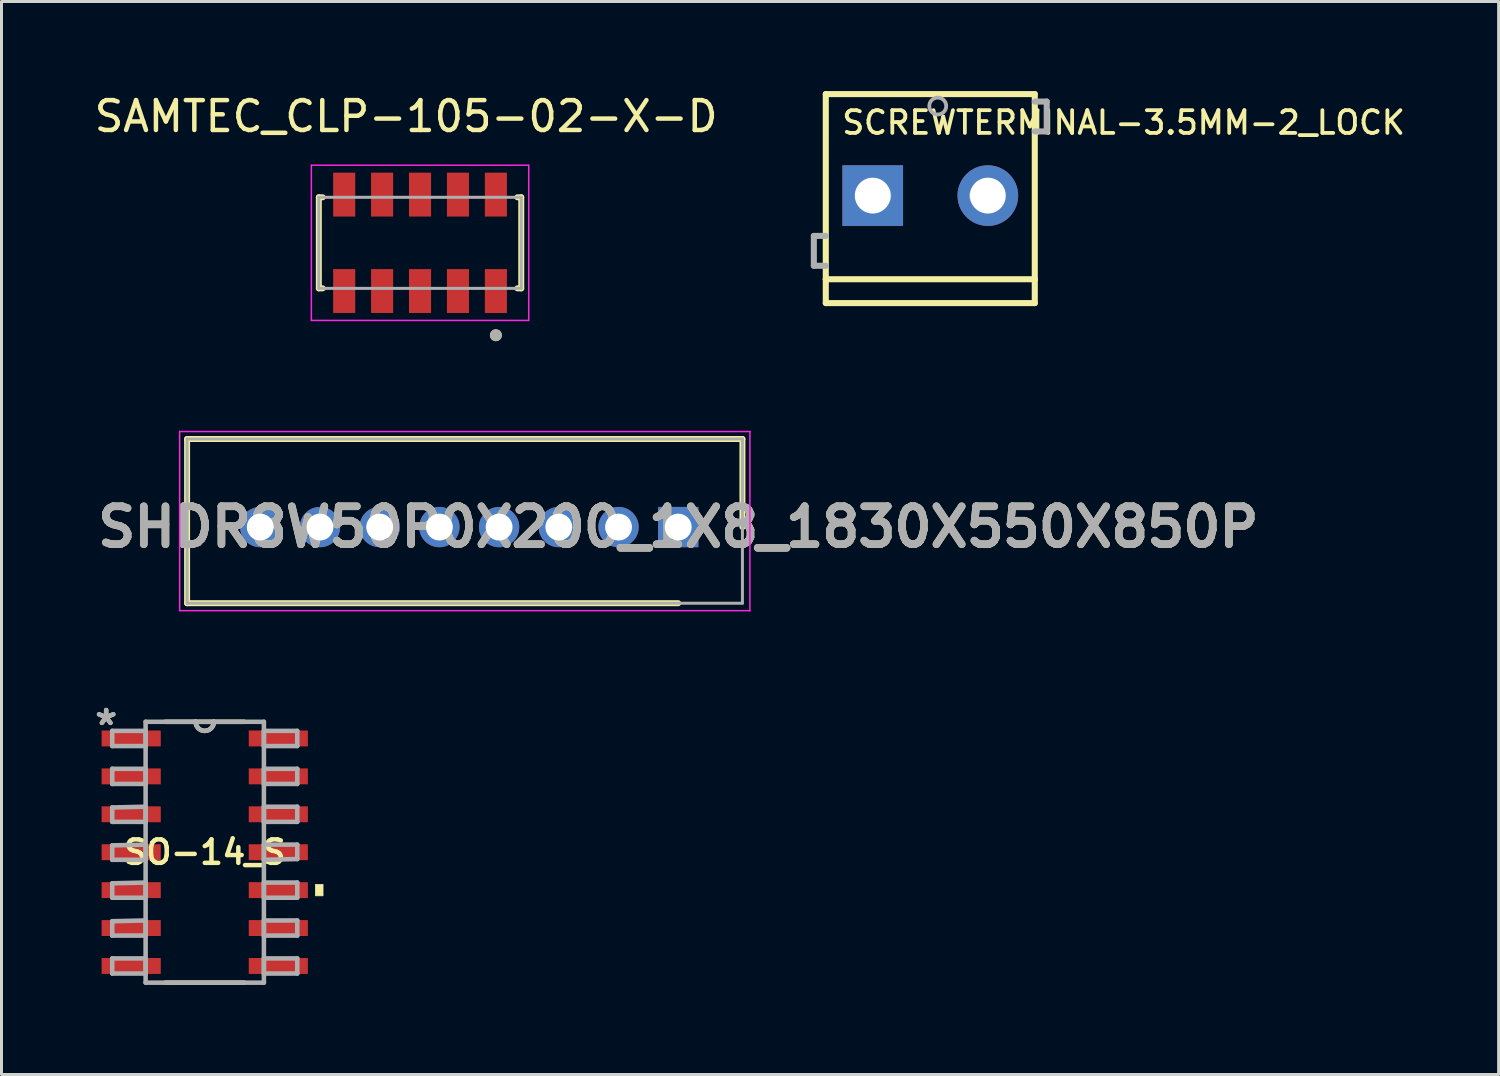
<source format=kicad_pcb>
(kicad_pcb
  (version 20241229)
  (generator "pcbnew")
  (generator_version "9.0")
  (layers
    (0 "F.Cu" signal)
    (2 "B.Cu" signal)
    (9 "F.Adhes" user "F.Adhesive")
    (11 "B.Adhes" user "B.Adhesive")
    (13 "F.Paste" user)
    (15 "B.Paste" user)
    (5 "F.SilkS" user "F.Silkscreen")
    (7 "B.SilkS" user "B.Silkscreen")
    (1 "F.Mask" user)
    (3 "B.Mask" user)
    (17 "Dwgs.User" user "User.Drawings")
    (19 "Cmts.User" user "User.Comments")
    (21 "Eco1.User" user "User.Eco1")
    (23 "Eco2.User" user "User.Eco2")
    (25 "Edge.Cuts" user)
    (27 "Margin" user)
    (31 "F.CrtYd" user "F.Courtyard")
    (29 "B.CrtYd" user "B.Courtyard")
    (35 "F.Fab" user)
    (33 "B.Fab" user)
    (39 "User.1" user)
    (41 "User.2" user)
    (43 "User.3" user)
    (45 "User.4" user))
  (footprint "SO-14_S"
    (layer "F.Cu")
    (at 3.808 25.494)
    (property "Reference" "SO-14_S" (at 0 0 0) (layer "F.SilkS") (effects (font (size 0.787 0.787) (thickness 0.15))))
    (attr smd)
    (fp_line (start -1.321 4.369) (end 1.321 4.369) (stroke (width 0.152) (type solid)) (layer "F.SilkS"))
    (fp_line (start -0.305 -4.369) (end -1.321 -4.369) (stroke (width 0.152) (type solid)) (layer "F.SilkS"))
    (fp_line (start 0.305 -4.369) (end -0.305 -4.369) (stroke (width 0.152) (type solid)) (layer "F.SilkS"))
    (fp_line (start 1.321 -4.369) (end 0.305 -4.369) (stroke (width 0.152) (type solid)) (layer "F.SilkS"))
    (fp_arc (start 0.3048 -4.3688) (mid 0 -4.064) (end -0.3048 -4.3688) (stroke (width 0.1524) (type solid)) (layer "F.SilkS"))
    (fp_poly (pts (xy 3.962 1.079) (xy 3.962 1.46) (xy 3.708 1.46) (xy 3.708 1.079)) (stroke (width 0.025) (type solid)) (fill yes) (layer "F.SilkS"))
    (fp_line (start -3.099 -4.064) (end -3.099 -3.556) (stroke (width 0.152) (type solid)) (layer "F.Fab"))
    (fp_line (start -3.099 -3.556) (end -1.981 -3.556) (stroke (width 0.152) (type solid)) (layer "F.Fab"))
    (fp_line (start -3.099 -2.794) (end -3.099 -2.286) (stroke (width 0.152) (type solid)) (layer "F.Fab"))
    (fp_line (start -3.099 -2.286) (end -1.981 -2.286) (stroke (width 0.152) (type solid)) (layer "F.Fab"))
    (fp_line (start -3.099 -1.499) (end -3.099 -1.016) (stroke (width 0.152) (type solid)) (layer "F.Fab"))
    (fp_line (start -3.099 -1.016) (end -1.981 -1.016) (stroke (width 0.152) (type solid)) (layer "F.Fab"))
    (fp_line (start -3.099 -0.229) (end -3.099 0.254) (stroke (width 0.152) (type solid)) (layer "F.Fab"))
    (fp_line (start -3.099 0.254) (end -1.981 0.254) (stroke (width 0.152) (type solid)) (layer "F.Fab"))
    (fp_line (start -3.099 1.041) (end -3.099 1.524) (stroke (width 0.152) (type solid)) (layer "F.Fab"))
    (fp_line (start -3.099 1.524) (end -1.981 1.524) (stroke (width 0.152) (type solid)) (layer "F.Fab"))
    (fp_line (start -3.099 2.311) (end -3.099 2.794) (stroke (width 0.152) (type solid)) (layer "F.Fab"))
    (fp_line (start -3.099 2.794) (end -1.981 2.794) (stroke (width 0.152) (type solid)) (layer "F.Fab"))
    (fp_line (start -3.099 3.556) (end -3.099 4.064) (stroke (width 0.152) (type solid)) (layer "F.Fab"))
    (fp_line (start -3.099 4.064) (end -1.981 4.064) (stroke (width 0.152) (type solid)) (layer "F.Fab"))
    (fp_line (start -1.981 -4.369) (end -1.981 4.369) (stroke (width 0.152) (type solid)) (layer "F.Fab"))
    (fp_line (start -1.981 -4.064) (end -3.099 -4.064) (stroke (width 0.152) (type solid)) (layer "F.Fab"))
    (fp_line (start -1.981 -3.556) (end -1.981 -4.064) (stroke (width 0.152) (type solid)) (layer "F.Fab"))
    (fp_line (start -1.981 -2.794) (end -3.099 -2.794) (stroke (width 0.152) (type solid)) (layer "F.Fab"))
    (fp_line (start -1.981 -2.286) (end -1.981 -2.794) (stroke (width 0.152) (type solid)) (layer "F.Fab"))
    (fp_line (start -1.981 -1.524) (end -3.099 -1.499) (stroke (width 0.152) (type solid)) (layer "F.Fab"))
    (fp_line (start -1.981 -1.016) (end -1.981 -1.524) (stroke (width 0.152) (type solid)) (layer "F.Fab"))
    (fp_line (start -1.981 -0.254) (end -3.099 -0.229) (stroke (width 0.152) (type solid)) (layer "F.Fab"))
    (fp_line (start -1.981 0.254) (end -1.981 -0.254) (stroke (width 0.152) (type solid)) (layer "F.Fab"))
    (fp_line (start -1.981 1.016) (end -3.099 1.041) (stroke (width 0.152) (type solid)) (layer "F.Fab"))
    (fp_line (start -1.981 1.524) (end -1.981 1.016) (stroke (width 0.152) (type solid)) (layer "F.Fab"))
    (fp_line (start -1.981 2.286) (end -3.099 2.311) (stroke (width 0.152) (type solid)) (layer "F.Fab"))
    (fp_line (start -1.981 2.794) (end -1.981 2.286) (stroke (width 0.152) (type solid)) (layer "F.Fab"))
    (fp_line (start -1.981 3.556) (end -3.099 3.556) (stroke (width 0.152) (type solid)) (layer "F.Fab"))
    (fp_line (start -1.981 4.064) (end -1.981 3.556) (stroke (width 0.152) (type solid)) (layer "F.Fab"))
    (fp_line (start -1.981 4.369) (end 1.981 4.369) (stroke (width 0.152) (type solid)) (layer "F.Fab"))
    (fp_line (start -0.305 -4.369) (end -1.981 -4.369) (stroke (width 0.152) (type solid)) (layer "F.Fab"))
    (fp_line (start 0.305 -4.369) (end -0.305 -4.369) (stroke (width 0.152) (type solid)) (layer "F.Fab"))
    (fp_line (start 1.981 -4.369) (end 0.305 -4.369) (stroke (width 0.152) (type solid)) (layer "F.Fab"))
    (fp_line (start 1.981 -4.064) (end 1.981 -3.556) (stroke (width 0.152) (type solid)) (layer "F.Fab"))
    (fp_line (start 1.981 -3.556) (end 3.099 -3.556) (stroke (width 0.152) (type solid)) (layer "F.Fab"))
    (fp_line (start 1.981 -2.794) (end 1.981 -2.286) (stroke (width 0.152) (type solid)) (layer "F.Fab"))
    (fp_line (start 1.981 -2.286) (end 3.099 -2.286) (stroke (width 0.152) (type solid)) (layer "F.Fab"))
    (fp_line (start 1.981 -1.524) (end 1.981 -1.016) (stroke (width 0.152) (type solid)) (layer "F.Fab"))
    (fp_line (start 1.981 -1.016) (end 3.099 -1.016) (stroke (width 0.152) (type solid)) (layer "F.Fab"))
    (fp_line (start 1.981 -0.254) (end 1.981 0.254) (stroke (width 0.152) (type solid)) (layer "F.Fab"))
    (fp_line (start 1.981 0.254) (end 3.099 0.229) (stroke (width 0.152) (type solid)) (layer "F.Fab"))
    (fp_line (start 1.981 1.016) (end 1.981 1.524) (stroke (width 0.152) (type solid)) (layer "F.Fab"))
    (fp_line (start 1.981 1.524) (end 3.099 1.524) (stroke (width 0.152) (type solid)) (layer "F.Fab"))
    (fp_line (start 1.981 2.286) (end 1.981 2.794) (stroke (width 0.152) (type solid)) (layer "F.Fab"))
    (fp_line (start 1.981 2.794) (end 3.099 2.794) (stroke (width 0.152) (type solid)) (layer "F.Fab"))
    (fp_line (start 1.981 3.556) (end 1.981 4.064) (stroke (width 0.152) (type solid)) (layer "F.Fab"))
    (fp_line (start 1.981 4.064) (end 3.099 4.064) (stroke (width 0.152) (type solid)) (layer "F.Fab"))
    (fp_line (start 1.981 4.369) (end 1.981 -4.369) (stroke (width 0.152) (type solid)) (layer "F.Fab"))
    (fp_line (start 3.099 -4.064) (end 1.981 -4.064) (stroke (width 0.152) (type solid)) (layer "F.Fab"))
    (fp_line (start 3.099 -3.556) (end 3.099 -4.064) (stroke (width 0.152) (type solid)) (layer "F.Fab"))
    (fp_line (start 3.099 -2.794) (end 1.981 -2.794) (stroke (width 0.152) (type solid)) (layer "F.Fab"))
    (fp_line (start 3.099 -2.286) (end 3.099 -2.794) (stroke (width 0.152) (type solid)) (layer "F.Fab"))
    (fp_line (start 3.099 -1.524) (end 1.981 -1.524) (stroke (width 0.152) (type solid)) (layer "F.Fab"))
    (fp_line (start 3.099 -1.016) (end 3.099 -1.524) (stroke (width 0.152) (type solid)) (layer "F.Fab"))
    (fp_line (start 3.099 -0.254) (end 1.981 -0.254) (stroke (width 0.152) (type solid)) (layer "F.Fab"))
    (fp_line (start 3.099 0.229) (end 3.099 -0.254) (stroke (width 0.152) (type solid)) (layer "F.Fab"))
    (fp_line (start 3.099 1.016) (end 1.981 1.016) (stroke (width 0.152) (type solid)) (layer "F.Fab"))
    (fp_line (start 3.099 1.524) (end 3.099 1.016) (stroke (width 0.152) (type solid)) (layer "F.Fab"))
    (fp_line (start 3.099 2.286) (end 1.981 2.286) (stroke (width 0.152) (type solid)) (layer "F.Fab"))
    (fp_line (start 3.099 2.794) (end 3.099 2.286) (stroke (width 0.152) (type solid)) (layer "F.Fab"))
    (fp_line (start 3.099 3.556) (end 1.981 3.556) (stroke (width 0.152) (type solid)) (layer "F.Fab"))
    (fp_line (start 3.099 4.064) (end 3.099 3.556) (stroke (width 0.152) (type solid)) (layer "F.Fab"))
    (fp_arc (start 0.3048 -4.3688) (mid 0 -4.064) (end -0.3048 -4.3688) (stroke (width 0.1524) (type solid)) (layer "F.Fab"))
    (fp_text user "*" (at -3.302 -4.216 0) (layer "F.SilkS") (effects (font (size 1 1) (thickness 0.15))))
    (fp_text user "*" (at -3.302 -4.216 0) (layer "F.Fab") (effects (font (size 1 1) (thickness 0.15))))
    (pad "1" smd rect (at -2.464 -3.81) (size 1.981 0.533) (layers "F.Cu" "F.Mask" "F.Paste"))
    (pad "2" smd rect (at -2.464 -2.54) (size 1.981 0.533) (layers "F.Cu" "F.Mask" "F.Paste"))
    (pad "3" smd rect (at -2.464 -1.27) (size 1.981 0.533) (layers "F.Cu" "F.Mask" "F.Paste"))
    (pad "4" smd rect (at -2.464 0) (size 1.981 0.533) (layers "F.Cu" "F.Mask" "F.Paste"))
    (pad "5" smd rect (at -2.464 1.27) (size 1.981 0.533) (layers "F.Cu" "F.Mask" "F.Paste"))
    (pad "6" smd rect (at -2.464 2.54) (size 1.981 0.533) (layers "F.Cu" "F.Mask" "F.Paste"))
    (pad "7" smd rect (at -2.464 3.81) (size 1.981 0.533) (layers "F.Cu" "F.Mask" "F.Paste"))
    (pad "8" smd rect (at 2.464 3.81) (size 1.981 0.533) (layers "F.Cu" "F.Mask" "F.Paste"))
    (pad "9" smd rect (at 2.464 2.54) (size 1.981 0.533) (layers "F.Cu" "F.Mask" "F.Paste"))
    (pad "10" smd rect (at 2.464 1.27) (size 1.981 0.533) (layers "F.Cu" "F.Mask" "F.Paste"))
    (pad "11" smd rect (at 2.464 0) (size 1.981 0.533) (layers "F.Cu" "F.Mask" "F.Paste"))
    (pad "12" smd rect (at 2.464 -1.27) (size 1.981 0.533) (layers "F.Cu" "F.Mask" "F.Paste"))
    (pad "13" smd rect (at 2.464 -2.54) (size 1.981 0.533) (layers "F.Cu" "F.Mask" "F.Paste"))
    (pad "14" smd rect (at 2.464 -3.81) (size 1.981 0.533) (layers "F.Cu" "F.Mask" "F.Paste")))
  (footprint "SAMTEC_CLP-105-02-X-D"
    (layer "F.Cu")
    (at 11.019 5.083)
    (property "Reference" "SAMTEC_CLP-105-02-X-D" (at -0.465 -4.235 0) (layer "F.SilkS") (effects (font (size 1 1) (thickness 0.15))))
    (attr smd)
    (fp_line (start -3.39 -1.525) (end -3.26 -1.525) (stroke (width 0.2) (type solid)) (layer "F.SilkS"))
    (fp_line (start -3.39 1.525) (end -3.39 -1.525) (stroke (width 0.2) (type solid)) (layer "F.SilkS"))
    (fp_line (start -3.26 1.525) (end -3.39 1.525) (stroke (width 0.2) (type solid)) (layer "F.SilkS"))
    (fp_line (start 3.26 -1.525) (end 3.39 -1.525) (stroke (width 0.2) (type solid)) (layer "F.SilkS"))
    (fp_line (start 3.39 -1.525) (end 3.39 1.525) (stroke (width 0.2) (type solid)) (layer "F.SilkS"))
    (fp_line (start 3.39 1.525) (end 3.26 1.525) (stroke (width 0.2) (type solid)) (layer "F.SilkS"))
    (fp_circle (center 2.54 3.096) (end 2.64 3.096) (stroke (width 0.2) (type solid)) (fill no) (layer "F.SilkS"))
    (fp_line (start -3.64 -2.6) (end -3.64 2.6) (stroke (width 0.05) (type solid)) (layer "F.CrtYd"))
    (fp_line (start -3.64 2.6) (end 3.64 2.6) (stroke (width 0.05) (type solid)) (layer "F.CrtYd"))
    (fp_line (start 3.64 -2.6) (end -3.64 -2.6) (stroke (width 0.05) (type solid)) (layer "F.CrtYd"))
    (fp_line (start 3.64 2.6) (end 3.64 -2.6) (stroke (width 0.05) (type solid)) (layer "F.CrtYd"))
    (fp_line (start -3.39 -1.525) (end 3.39 -1.525) (stroke (width 0.1) (type solid)) (layer "F.Fab"))
    (fp_line (start -3.39 1.525) (end -3.39 -1.525) (stroke (width 0.1) (type solid)) (layer "F.Fab"))
    (fp_line (start 3.39 -1.525) (end 3.39 1.525) (stroke (width 0.1) (type solid)) (layer "F.Fab"))
    (fp_line (start 3.39 1.525) (end -3.39 1.525) (stroke (width 0.1) (type solid)) (layer "F.Fab"))
    (fp_circle (center 2.54 3.096) (end 2.64 3.096) (stroke (width 0.2) (type solid)) (fill no) (layer "F.Fab"))
    (pad "01" smd rect (at 2.54 1.615) (size 0.74 1.47) (layers "F.Cu" "F.Mask" "F.Paste"))
    (pad "02" smd rect (at 2.54 -1.615) (size 0.74 1.47) (layers "F.Cu" "F.Mask" "F.Paste"))
    (pad "03" smd rect (at 1.27 1.615) (size 0.74 1.47) (layers "F.Cu" "F.Mask" "F.Paste"))
    (pad "04" smd rect (at 1.27 -1.615) (size 0.74 1.47) (layers "F.Cu" "F.Mask" "F.Paste"))
    (pad "05" smd rect (at 0 1.615) (size 0.74 1.47) (layers "F.Cu" "F.Mask" "F.Paste"))
    (pad "06" smd rect (at 0 -1.615) (size 0.74 1.47) (layers "F.Cu" "F.Mask" "F.Paste"))
    (pad "07" smd rect (at -1.27 1.615) (size 0.74 1.47) (layers "F.Cu" "F.Mask" "F.Paste"))
    (pad "08" smd rect (at -1.27 -1.615) (size 0.74 1.47) (layers "F.Cu" "F.Mask" "F.Paste"))
    (pad "09" smd rect (at -2.54 1.615) (size 0.74 1.47) (layers "F.Cu" "F.Mask" "F.Paste"))
    (pad "10" smd rect (at -2.54 -1.615) (size 0.74 1.47) (layers "F.Cu" "F.Mask" "F.Paste")))
  (footprint "SHDR8W50P0X200_1X8_1830X550X850P"
    (layer "F.Cu")
    (at 19.667 14.604)
    (property "Reference" "SHDR8W50P0X200_1X8_1830X550X850P" (at 0 0 0) (layer "F.SilkS") (effects (font (size 1.27 1.27) (thickness 0.254))))
    (attr through_hole)
    (fp_line (start -16.45 -2.95) (end 2.15 -2.95) (stroke (width 0.2) (type solid)) (layer "F.SilkS"))
    (fp_line (start -16.45 2.55) (end -16.45 -2.95) (stroke (width 0.2) (type solid)) (layer "F.SilkS"))
    (fp_line (start 0 2.55) (end -16.45 2.55) (stroke (width 0.2) (type solid)) (layer "F.SilkS"))
    (fp_line (start 2.15 -2.95) (end 2.15 0) (stroke (width 0.2) (type solid)) (layer "F.SilkS"))
    (fp_line (start -16.7 -3.2) (end 2.4 -3.2) (stroke (width 0.05) (type solid)) (layer "F.CrtYd"))
    (fp_line (start -16.7 2.8) (end -16.7 -3.2) (stroke (width 0.05) (type solid)) (layer "F.CrtYd"))
    (fp_line (start 2.4 -3.2) (end 2.4 2.8) (stroke (width 0.05) (type solid)) (layer "F.CrtYd"))
    (fp_line (start 2.4 2.8) (end -16.7 2.8) (stroke (width 0.05) (type solid)) (layer "F.CrtYd"))
    (fp_line (start -16.45 -2.95) (end 2.15 -2.95) (stroke (width 0.1) (type solid)) (layer "F.Fab"))
    (fp_line (start -16.45 2.55) (end -16.45 -2.95) (stroke (width 0.1) (type solid)) (layer "F.Fab"))
    (fp_line (start 2.15 -2.95) (end 2.15 2.55) (stroke (width 0.1) (type solid)) (layer "F.Fab"))
    (fp_line (start 2.15 2.55) (end -16.45 2.55) (stroke (width 0.1) (type solid)) (layer "F.Fab"))
    (fp_text user "${REFERENCE}" (at 0 0 0) (layer "F.Fab") (effects (font (size 1.27 1.27) (thickness 0.254))))
    (pad "1" thru_hole rect (at 0 0) (size 1.35 1.35) (drill 0.9) (layers "*.Cu" "*.Mask"))
    (pad "2" thru_hole circle (at -2 0) (size 1.35 1.35) (drill 0.9) (layers "*.Cu" "*.Mask"))
    (pad "3" thru_hole circle (at -4 0) (size 1.35 1.35) (drill 0.9) (layers "*.Cu" "*.Mask"))
    (pad "4" thru_hole circle (at -6 0) (size 1.35 1.35) (drill 0.9) (layers "*.Cu" "*.Mask"))
    (pad "5" thru_hole circle (at -8 0) (size 1.35 1.35) (drill 0.9) (layers "*.Cu" "*.Mask"))
    (pad "6" thru_hole circle (at -10 0) (size 1.35 1.35) (drill 0.9) (layers "*.Cu" "*.Mask"))
    (pad "7" thru_hole circle (at -12 0) (size 1.35 1.35) (drill 0.9) (layers "*.Cu" "*.Mask"))
    (pad "8" thru_hole circle (at -14 0) (size 1.35 1.35) (drill 0.9) (layers "*.Cu" "*.Mask")))
  (footprint "SCREWTERMINAL-3.5MM-2_LOCK"
    (layer "F.Cu")
    (at 26.359 3.502)
    (property "Reference" "SCREWTERMINAL-3.5MM-2_LOCK" (at -1.275 -2 0) (layer "F.SilkS") (effects (font (size 0.762 0.762) (thickness 0.127)) (justify left bottom)))
    (attr through_hole)
    (fp_line (start -1.75 -3.4) (end 5.25 -3.4) (stroke (width 0.203) (type solid)) (layer "F.SilkS"))
    (fp_line (start -1.75 2.8) (end -1.75 -3.4) (stroke (width 0.203) (type solid)) (layer "F.SilkS"))
    (fp_line (start -1.75 3.6) (end -1.75 2.8) (stroke (width 0.203) (type solid)) (layer "F.SilkS"))
    (fp_line (start 5.25 -3.4) (end 5.25 2.8) (stroke (width 0.203) (type solid)) (layer "F.SilkS"))
    (fp_line (start 5.25 2.8) (end -1.75 2.8) (stroke (width 0.203) (type solid)) (layer "F.SilkS"))
    (fp_line (start 5.25 2.8) (end 5.25 3.6) (stroke (width 0.203) (type solid)) (layer "F.SilkS"))
    (fp_line (start 5.25 3.6) (end -1.75 3.6) (stroke (width 0.203) (type solid)) (layer "F.SilkS"))
    (fp_line (start -2.15 1.35) (end -2.15 2.35) (stroke (width 0.203) (type solid)) (layer "F.Fab"))
    (fp_line (start -2.15 2.35) (end -1.75 2.35) (stroke (width 0.203) (type solid)) (layer "F.Fab"))
    (fp_line (start -1.75 1.35) (end -2.15 1.35) (stroke (width 0.203) (type solid)) (layer "F.Fab"))
    (fp_line (start 5.25 -3.15) (end 5.65 -3.15) (stroke (width 0.203) (type solid)) (layer "F.Fab"))
    (fp_line (start 5.65 -3.15) (end 5.65 -2.15) (stroke (width 0.203) (type solid)) (layer "F.Fab"))
    (fp_line (start 5.65 -2.15) (end 5.25 -2.15) (stroke (width 0.203) (type solid)) (layer "F.Fab"))
    (fp_circle (center 0 0) (end 0.432 0) (stroke (width 0.025) (type solid)) (fill no) (layer "F.Fab"))
    (fp_circle (center 2 -3) (end 2.283 -3) (stroke (width 0.127) (type solid)) (fill no) (layer "F.Fab"))
    (fp_circle (center 3.5 0) (end 3.932 0) (stroke (width 0.025) (type solid)) (fill no) (layer "F.Fab"))
    (pad "1" thru_hole rect (at -0.178 0) (size 2.032 2.032) (drill 1.2) (layers "*.Cu" "*.Mask"))
    (pad "2" thru_hole circle (at 3.678 0) (size 2.032 2.032) (drill 1.2) (layers "*.Cu" "*.Mask")))
  (gr_rect
    (start -3 -3)
    (end 47.145 32.939)
    (stroke (width 0.1) (type default))
    (fill no)
    (layer "Edge.Cuts")))
</source>
